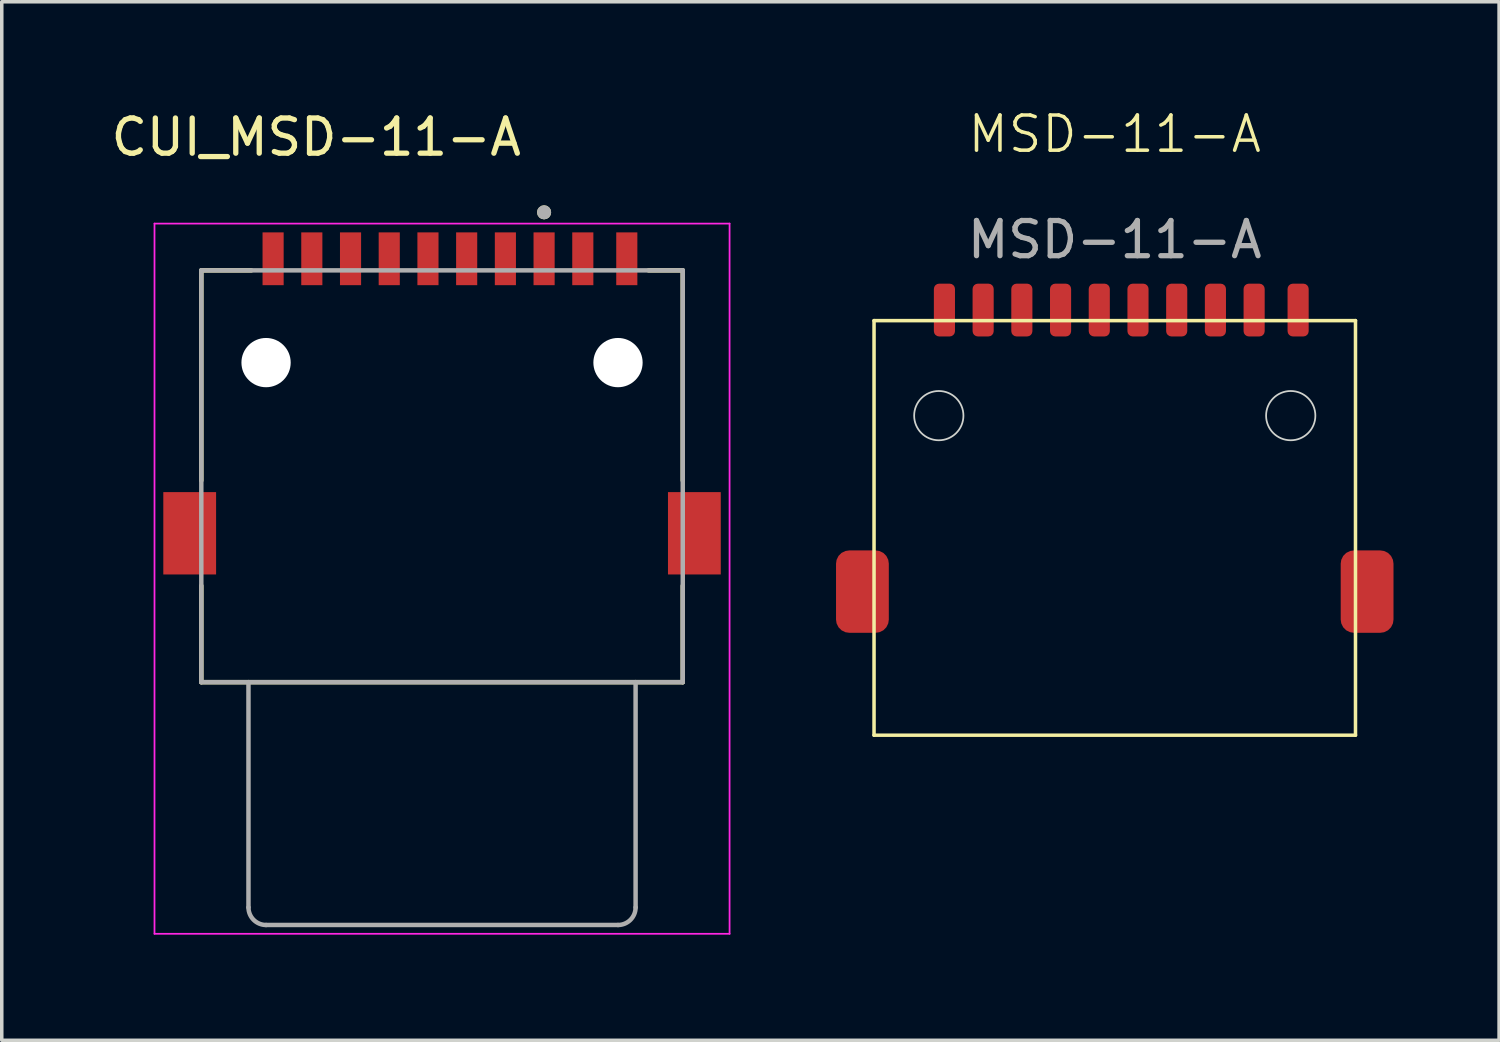
<source format=kicad_pcb>
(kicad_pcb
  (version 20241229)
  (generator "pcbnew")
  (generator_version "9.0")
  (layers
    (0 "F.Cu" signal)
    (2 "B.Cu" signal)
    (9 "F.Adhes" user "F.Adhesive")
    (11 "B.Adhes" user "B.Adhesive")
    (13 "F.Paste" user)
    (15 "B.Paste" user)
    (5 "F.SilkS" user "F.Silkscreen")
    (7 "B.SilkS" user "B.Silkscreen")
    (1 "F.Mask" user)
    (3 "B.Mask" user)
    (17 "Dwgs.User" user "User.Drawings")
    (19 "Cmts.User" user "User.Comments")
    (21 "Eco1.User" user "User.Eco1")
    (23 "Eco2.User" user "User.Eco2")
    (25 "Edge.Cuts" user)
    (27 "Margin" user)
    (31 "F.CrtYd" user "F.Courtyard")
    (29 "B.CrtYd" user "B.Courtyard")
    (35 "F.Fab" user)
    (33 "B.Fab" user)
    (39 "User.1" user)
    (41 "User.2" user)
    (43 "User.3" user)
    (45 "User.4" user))
  (footprint "MSD-11-A"
    (layer "F.Cu")
    (at 21.785 17.84)
    (property "Reference" "MSD-11-A" (at 6.84 -17.08 0) (unlocked yes) (layer "F.SilkS") (effects (font (size 1 1) (thickness 0.1))))
    (attr smd)
    (fp_line (start 0 -11.78) (end 0 0) (stroke (width 0.1) (type default)) (layer "F.SilkS"))
    (fp_line (start 0 -11.78) (end 13.68 -11.78) (stroke (width 0.1) (type default)) (layer "F.SilkS"))
    (fp_line (start 0 0) (end 13.68 0) (stroke (width 0.1) (type default)) (layer "F.SilkS"))
    (fp_line (start 13.68 0) (end 13.68 -11.78) (stroke (width 0.1) (type default)) (layer "F.SilkS"))
    (fp_circle (center 1.84 -9.08) (end 2.54 -9.08) (stroke (width 0.05) (type default)) (fill no) (layer "Edge.Cuts"))
    (fp_circle (center 11.84 -9.08) (end 12.54 -9.08) (stroke (width 0.05) (type default)) (fill no) (layer "Edge.Cuts"))
    (fp_text user "${REFERENCE}" (at 6.84 -14.08 0) (unlocked yes) (layer "F.Fab") (effects (font (size 1 1) (thickness 0.15))))
    (pad "1" smd roundrect (at 9.7 -12.08) (size 0.6 1.5) (layers "F.Cu" "F.Mask" "F.Paste") (roundrect_rratio 0.25))
    (pad "2" smd roundrect (at 8.6 -12.08) (size 0.6 1.5) (layers "F.Cu" "F.Mask" "F.Paste") (roundrect_rratio 0.25))
    (pad "3" smd roundrect (at 7.5 -12.08) (size 0.6 1.5) (layers "F.Cu" "F.Mask" "F.Paste") (roundrect_rratio 0.25))
    (pad "4" smd roundrect (at 6.4 -12.08) (size 0.6 1.5) (layers "F.Cu" "F.Mask" "F.Paste") (roundrect_rratio 0.25))
    (pad "5" smd roundrect (at 5.3 -12.08) (size 0.6 1.5) (layers "F.Cu" "F.Mask" "F.Paste") (roundrect_rratio 0.25))
    (pad "6" smd roundrect (at 4.2 -12.08) (size 0.6 1.5) (layers "F.Cu" "F.Mask" "F.Paste") (roundrect_rratio 0.25))
    (pad "7" smd roundrect (at 3.1 -12.08) (size 0.6 1.5) (layers "F.Cu" "F.Mask" "F.Paste") (roundrect_rratio 0.25))
    (pad "8" smd roundrect (at 2 -12.08) (size 0.6 1.5) (layers "F.Cu" "F.Mask" "F.Paste") (roundrect_rratio 0.25))
    (pad "9" smd roundrect (at 10.8 -12.08) (size 0.6 1.5) (layers "F.Cu" "F.Mask" "F.Paste") (roundrect_rratio 0.25))
    (pad "9" smd roundrect (at 12.05 -12.08) (size 0.6 1.5) (layers "F.Cu" "F.Mask" "F.Paste") (roundrect_rratio 0.25))
    (pad "10" smd roundrect (at -0.33 -4.08) (size 1.5 2.34) (layers "F.Cu" "F.Mask" "F.Paste") (roundrect_rratio 0.25))
    (pad "10" smd roundrect (at 14.01 -4.08) (size 1.5 2.34) (layers "F.Cu" "F.Mask" "F.Paste") (roundrect_rratio 0.25)))
  (footprint "CUI_MSD-11-A"
    (layer "F.Cu")
    (at 9.51 10.483)
    (property "Reference" "CUI_MSD-11-A" (at -3.575 -9.635 0) (layer "F.SilkS") (effects (font (size 1 1) (thickness 0.15))))
    (attr smd)
    (fp_line (start -6.84 -5.85) (end -5.42 -5.85) (stroke (width 0.127) (type solid)) (layer "F.SilkS"))
    (fp_line (start -6.84 0.12) (end -6.84 -5.85) (stroke (width 0.127) (type solid)) (layer "F.SilkS"))
    (fp_line (start -6.84 5.85) (end -6.84 3.11) (stroke (width 0.127) (type solid)) (layer "F.SilkS"))
    (fp_line (start 5.87 -5.85) (end 6.84 -5.85) (stroke (width 0.127) (type solid)) (layer "F.SilkS"))
    (fp_line (start 6.84 -5.85) (end 6.84 0.12) (stroke (width 0.127) (type solid)) (layer "F.SilkS"))
    (fp_line (start 6.84 3.11) (end 6.84 5.85) (stroke (width 0.127) (type solid)) (layer "F.SilkS"))
    (fp_line (start 6.84 5.85) (end -6.84 5.85) (stroke (width 0.127) (type solid)) (layer "F.SilkS"))
    (fp_circle (center 2.9 -7.5) (end 3 -7.5) (stroke (width 0.2) (type solid)) (fill no) (layer "F.SilkS"))
    (fp_line (start -8.17 -7.18) (end 8.17 -7.18) (stroke (width 0.05) (type solid)) (layer "F.CrtYd"))
    (fp_line (start -8.17 13) (end -8.17 -7.18) (stroke (width 0.05) (type solid)) (layer "F.CrtYd"))
    (fp_line (start 8.17 -7.18) (end 8.17 13) (stroke (width 0.05) (type solid)) (layer "F.CrtYd"))
    (fp_line (start 8.17 13) (end -8.17 13) (stroke (width 0.05) (type solid)) (layer "F.CrtYd"))
    (fp_line (start -6.84 -5.85) (end 6.84 -5.85) (stroke (width 0.127) (type solid)) (layer "F.Fab"))
    (fp_line (start -6.84 5.85) (end -6.84 -5.85) (stroke (width 0.127) (type solid)) (layer "F.Fab"))
    (fp_line (start -5.5 5.85) (end -6.84 5.85) (stroke (width 0.127) (type solid)) (layer "F.Fab"))
    (fp_line (start -5.5 5.85) (end -5.5 12.25) (stroke (width 0.127) (type solid)) (layer "F.Fab"))
    (fp_line (start -5 12.75) (end 5 12.75) (stroke (width 0.127) (type solid)) (layer "F.Fab"))
    (fp_line (start 5.5 5.85) (end -5.5 5.85) (stroke (width 0.127) (type solid)) (layer "F.Fab"))
    (fp_line (start 5.5 12.25) (end 5.5 5.85) (stroke (width 0.127) (type solid)) (layer "F.Fab"))
    (fp_line (start 6.84 -5.85) (end 6.84 5.85) (stroke (width 0.127) (type solid)) (layer "F.Fab"))
    (fp_line (start 6.84 5.85) (end 5.5 5.85) (stroke (width 0.127) (type solid)) (layer "F.Fab"))
    (fp_arc (start -5 12.75) (mid -5.353553 12.603553) (end -5.5 12.25) (stroke (width 0.127) (type solid)) (layer "F.Fab"))
    (fp_arc (start 5.5 12.25) (mid 5.353553 12.603553) (end 5 12.75) (stroke (width 0.127) (type solid)) (layer "F.Fab"))
    (fp_circle (center 2.9 -7.5) (end 3 -7.5) (stroke (width 0.2) (type solid)) (fill no) (layer "F.Fab"))
    (pad "" np_thru_hole circle (at -5 -3.23) (size 1.4 1.4) (drill 1.4) (layers "*.Cu" "*.Mask"))
    (pad "" np_thru_hole circle (at 5 -3.23) (size 1.4 1.4) (drill 1.4) (layers "*.Cu" "*.Mask"))
    (pad "CD" smd rect (at 5.25 -6.18) (size 0.6 1.5) (layers "F.Cu" "F.Mask" "F.Paste"))
    (pad "G1" smd rect (at -7.17 1.62) (size 1.5 2.34) (layers "F.Cu" "F.Mask" "F.Paste"))
    (pad "G2" smd rect (at 7.17 1.62) (size 1.5 2.34) (layers "F.Cu" "F.Mask" "F.Paste"))
    (pad "P1" smd rect (at 2.9 -6.18) (size 0.6 1.5) (layers "F.Cu" "F.Mask" "F.Paste"))
    (pad "P2" smd rect (at 1.8 -6.18) (size 0.6 1.5) (layers "F.Cu" "F.Mask" "F.Paste"))
    (pad "P3" smd rect (at 0.7 -6.18) (size 0.6 1.5) (layers "F.Cu" "F.Mask" "F.Paste"))
    (pad "P4" smd rect (at -0.4 -6.18) (size 0.6 1.5) (layers "F.Cu" "F.Mask" "F.Paste"))
    (pad "P5" smd rect (at -1.5 -6.18) (size 0.6 1.5) (layers "F.Cu" "F.Mask" "F.Paste"))
    (pad "P6" smd rect (at -2.6 -6.18) (size 0.6 1.5) (layers "F.Cu" "F.Mask" "F.Paste"))
    (pad "P7" smd rect (at -3.7 -6.18) (size 0.6 1.5) (layers "F.Cu" "F.Mask" "F.Paste"))
    (pad "P8" smd rect (at -4.8 -6.18) (size 0.6 1.5) (layers "F.Cu" "F.Mask" "F.Paste"))
    (pad "WP" smd rect (at 4 -6.18) (size 0.6 1.5) (layers "F.Cu" "F.Mask" "F.Paste")))
  (gr_rect
    (start -3 -3)
    (end 39.545 26.508)
    (stroke (width 0.1) (type default))
    (fill no)
    (layer "Edge.Cuts")))
</source>
